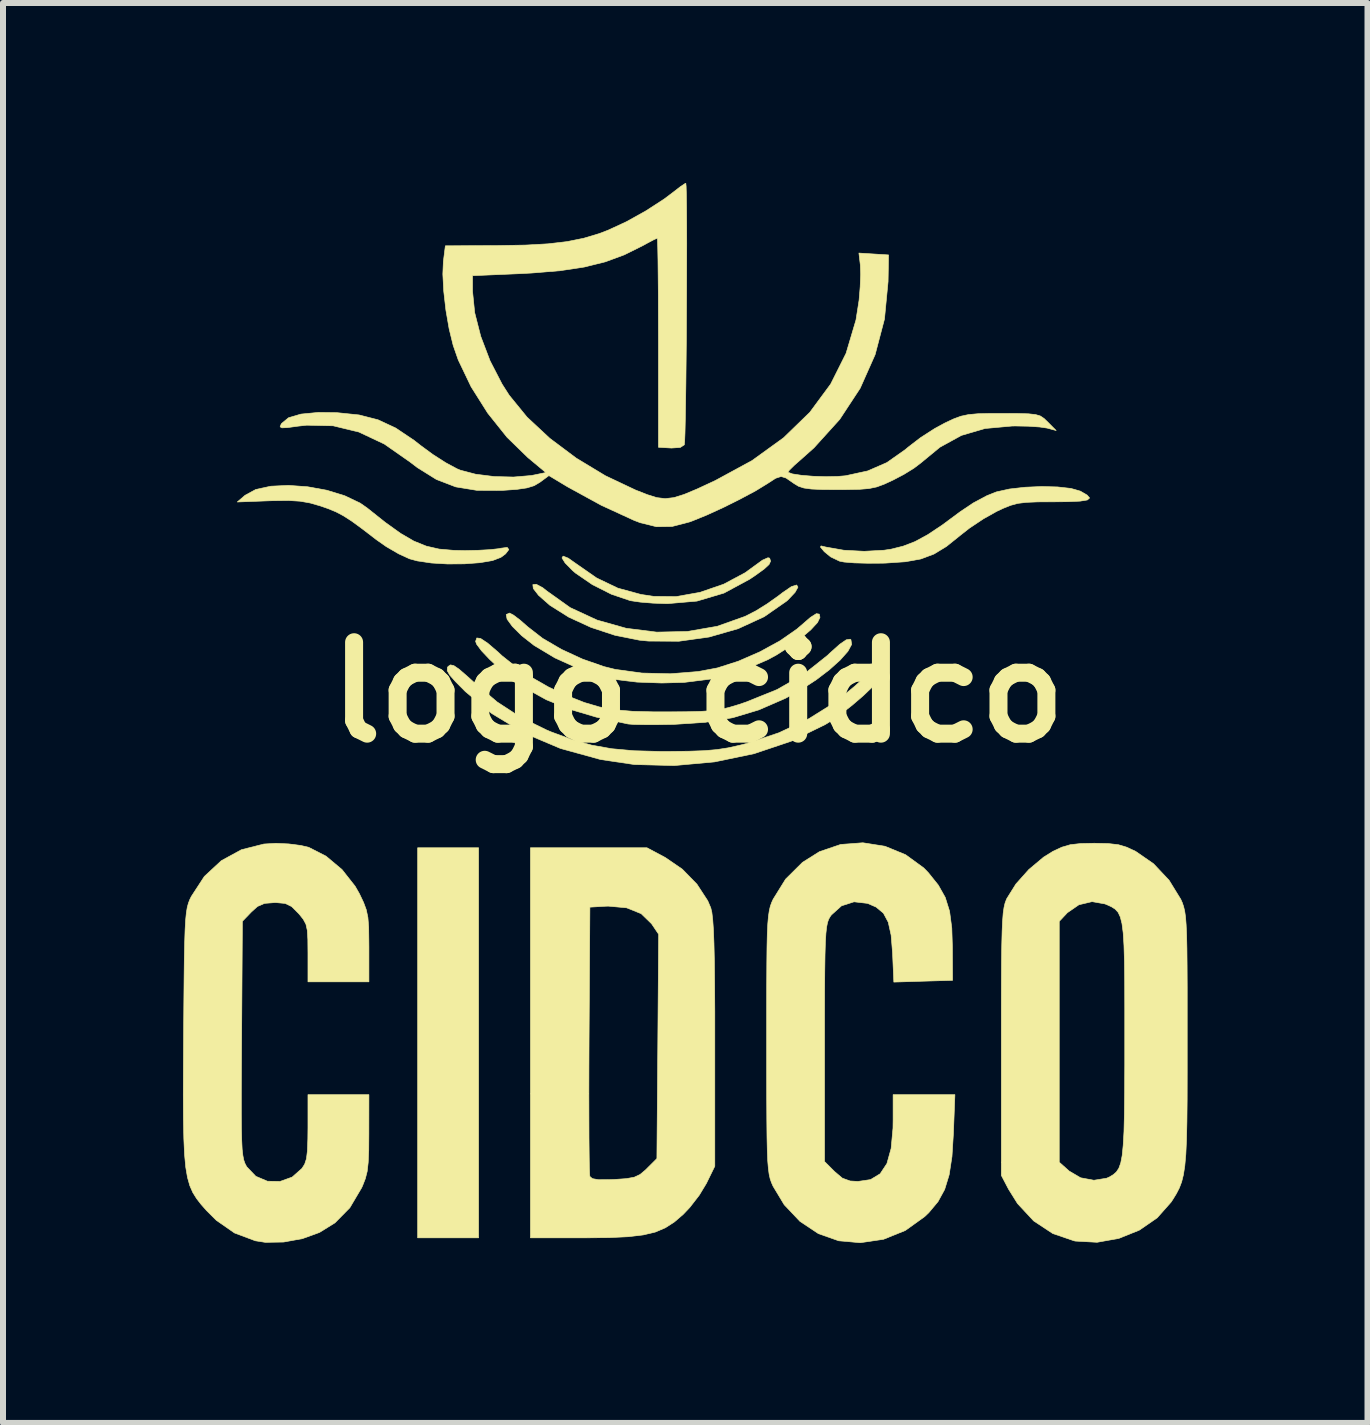
<source format=kicad_pcb>
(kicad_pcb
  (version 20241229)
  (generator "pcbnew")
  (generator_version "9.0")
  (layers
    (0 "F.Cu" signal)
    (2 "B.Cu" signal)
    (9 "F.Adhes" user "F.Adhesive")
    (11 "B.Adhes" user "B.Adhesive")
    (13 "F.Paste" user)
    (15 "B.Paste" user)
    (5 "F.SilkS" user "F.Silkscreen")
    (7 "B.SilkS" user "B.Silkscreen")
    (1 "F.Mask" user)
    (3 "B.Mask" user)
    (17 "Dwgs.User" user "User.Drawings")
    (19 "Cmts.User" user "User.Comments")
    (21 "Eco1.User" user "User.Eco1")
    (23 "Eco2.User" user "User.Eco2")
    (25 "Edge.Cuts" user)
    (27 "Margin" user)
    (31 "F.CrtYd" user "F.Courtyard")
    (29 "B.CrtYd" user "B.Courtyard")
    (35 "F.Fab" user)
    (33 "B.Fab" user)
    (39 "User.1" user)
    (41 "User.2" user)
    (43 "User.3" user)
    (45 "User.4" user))
  (footprint "logo cidco"
    (layer "F.Cu")
    (at 8.585 8.489)
    (property "Reference" "logo cidco" (at 0 0 0) (layer "F.SilkS") (effects (font (size 1.524 1.524) (thickness 0.3))))
    (attr through_hole)
    (fp_poly (pts (xy -3.658 9.093) (xy -4.674 9.093) (xy -4.674 2.591) (xy -3.658 2.591) (xy -3.658 9.093)) (stroke (width 0.01) (type solid)) (fill yes) (layer "F.SilkS"))
    (fp_poly (pts (xy -2.59 -1.744) (xy -2.52 -1.688) (xy -2.131 -1.411) (xy -1.684 -1.204) (xy -1.198 -1.067) (xy -0.69 -1.003) (xy -0.178 -1.014) (xy 0.319 -1.1) (xy 0.783 -1.265) (xy 0.965 -1.358) (xy 1.15 -1.473) (xy 1.343 -1.61) (xy 1.406 -1.659) (xy 1.555 -1.761) (xy 1.643 -1.789) (xy 1.665 -1.753) (xy 1.617 -1.666) (xy 1.495 -1.537) (xy 1.47 -1.516) (xy 1.102 -1.26) (xy 0.667 -1.06) (xy 0.186 -0.922) (xy -0.32 -0.851) (xy -0.829 -0.854) (xy -0.979 -0.869) (xy -1.384 -0.95) (xy -1.784 -1.082) (xy -2.154 -1.252) (xy -2.469 -1.45) (xy -2.658 -1.616) (xy -2.746 -1.73) (xy -2.754 -1.795) (xy -2.698 -1.801) (xy -2.59 -1.744)) (stroke (width 0.01) (type solid)) (fill yes) (layer "F.SilkS"))
    (fp_poly (pts (xy -2.164 -2.236) (xy -2.045 -2.152) (xy -1.69 -1.905) (xy -1.337 -1.736) (xy -0.952 -1.631) (xy -0.741 -1.599) (xy -0.367 -1.595) (xy 0.032 -1.666) (xy 0.427 -1.802) (xy 0.785 -1.993) (xy 0.946 -2.11) (xy 1.074 -2.203) (xy 1.165 -2.243) (xy 1.193 -2.236) (xy 1.209 -2.186) (xy 1.183 -2.13) (xy 1.103 -2.056) (xy 0.955 -1.949) (xy 0.858 -1.884) (xy 0.432 -1.654) (xy -0.019 -1.52) (xy -0.507 -1.478) (xy -0.526 -1.478) (xy -0.751 -1.486) (xy -0.961 -1.503) (xy -1.118 -1.526) (xy -1.133 -1.529) (xy -1.443 -1.634) (xy -1.762 -1.795) (xy -2.042 -1.987) (xy -2.09 -2.028) (xy -2.216 -2.156) (xy -2.268 -2.24) (xy -2.249 -2.27) (xy -2.164 -2.236)) (stroke (width 0.01) (type solid)) (fill yes) (layer "F.SilkS"))
    (fp_poly (pts (xy -3.078 -1.288) (xy -2.966 -1.203) (xy -2.837 -1.09) (xy -2.591 -0.899) (xy -2.276 -0.715) (xy -1.925 -0.553) (xy -1.57 -0.429) (xy -1.381 -0.382) (xy -0.937 -0.321) (xy -0.461 -0.309) (xy 0.002 -0.346) (xy 0.321 -0.406) (xy 0.671 -0.518) (xy 1.031 -0.675) (xy 1.367 -0.859) (xy 1.646 -1.053) (xy 1.721 -1.117) (xy 1.875 -1.25) (xy 1.972 -1.311) (xy 2.021 -1.303) (xy 2.032 -1.249) (xy 1.991 -1.163) (xy 1.879 -1.042) (xy 1.715 -0.902) (xy 1.518 -0.757) (xy 1.306 -0.622) (xy 1.161 -0.543) (xy 0.713 -0.351) (xy 0.259 -0.227) (xy -0.233 -0.165) (xy -0.605 -0.155) (xy -1.018 -0.17) (xy -1.36 -0.211) (xy -1.568 -0.256) (xy -1.985 -0.392) (xy -2.385 -0.573) (xy -2.735 -0.783) (xy -2.939 -0.943) (xy -3.095 -1.098) (xy -3.183 -1.219) (xy -3.198 -1.296) (xy -3.142 -1.321) (xy -3.078 -1.288)) (stroke (width 0.01) (type solid)) (fill yes) (layer "F.SilkS"))
    (fp_poly (pts (xy -6.508 -3.426) (xy -6.188 -3.368) (xy -5.889 -3.276) (xy -5.633 -3.154) (xy -5.518 -3.074) (xy -5.211 -2.83) (xy -4.957 -2.648) (xy -4.737 -2.52) (xy -4.529 -2.436) (xy -4.315 -2.387) (xy -4.075 -2.366) (xy -3.886 -2.362) (xy -3.663 -2.367) (xy -3.464 -2.378) (xy -3.321 -2.394) (xy -3.289 -2.401) (xy -3.181 -2.415) (xy -3.154 -2.379) (xy -3.208 -2.308) (xy -3.287 -2.249) (xy -3.426 -2.196) (xy -3.638 -2.16) (xy -3.896 -2.141) (xy -4.174 -2.139) (xy -4.444 -2.155) (xy -4.68 -2.19) (xy -4.809 -2.225) (xy -4.99 -2.308) (xy -5.198 -2.429) (xy -5.362 -2.544) (xy -5.595 -2.723) (xy -5.771 -2.852) (xy -5.911 -2.942) (xy -6.036 -3.008) (xy -6.168 -3.062) (xy -6.288 -3.104) (xy -6.464 -3.155) (xy -6.632 -3.185) (xy -6.825 -3.197) (xy -7.077 -3.194) (xy -7.147 -3.192) (xy -7.68 -3.172) (xy -7.55 -3.284) (xy -7.371 -3.381) (xy -7.122 -3.435) (xy -6.827 -3.449) (xy -6.508 -3.426)) (stroke (width 0.01) (type solid)) (fill yes) (layer "F.SilkS"))
    (fp_poly (pts (xy 5.992 -3.423) (xy 6.215 -3.398) (xy 6.369 -3.354) (xy 6.372 -3.353) (xy 6.485 -3.287) (xy 6.526 -3.239) (xy 6.489 -3.206) (xy 6.367 -3.186) (xy 6.155 -3.177) (xy 5.931 -3.175) (xy 5.665 -3.174) (xy 5.473 -3.166) (xy 5.33 -3.149) (xy 5.209 -3.116) (xy 5.082 -3.065) (xy 4.978 -3.016) (xy 4.757 -2.892) (xy 4.523 -2.736) (xy 4.369 -2.615) (xy 4.14 -2.431) (xy 3.931 -2.304) (xy 3.712 -2.222) (xy 3.455 -2.176) (xy 3.131 -2.154) (xy 3.073 -2.152) (xy 2.828 -2.151) (xy 2.605 -2.157) (xy 2.434 -2.171) (xy 2.358 -2.186) (xy 2.212 -2.256) (xy 2.104 -2.344) (xy 2.04 -2.421) (xy 2.05 -2.44) (xy 2.134 -2.42) (xy 2.43 -2.368) (xy 2.769 -2.35) (xy 3.099 -2.368) (xy 3.219 -2.386) (xy 3.419 -2.436) (xy 3.614 -2.511) (xy 3.823 -2.624) (xy 4.066 -2.785) (xy 4.363 -3.005) (xy 4.37 -3.01) (xy 4.586 -3.155) (xy 4.814 -3.277) (xy 4.972 -3.34) (xy 5.188 -3.388) (xy 5.45 -3.418) (xy 5.727 -3.43) (xy 5.992 -3.423)) (stroke (width 0.01) (type solid)) (fill yes) (layer "F.SilkS"))
    (fp_poly (pts (xy -4.071 -0.445) (xy -3.983 -0.385) (xy -3.848 -0.268) (xy -3.734 -0.165) (xy -3.35 0.16) (xy -2.96 0.415) (xy -2.525 0.628) (xy -2.449 0.66) (xy -2.105 0.787) (xy -1.778 0.88) (xy -1.442 0.94) (xy -1.069 0.974) (xy -0.631 0.986) (xy -0.483 0.986) (xy -0.152 0.982) (xy 0.105 0.973) (xy 0.313 0.955) (xy 0.5 0.926) (xy 0.693 0.883) (xy 0.823 0.85) (xy 1.349 0.674) (xy 1.847 0.44) (xy 2.293 0.161) (xy 2.599 -0.091) (xy 2.792 -0.262) (xy 2.928 -0.354) (xy 3.011 -0.371) (xy 3.046 -0.312) (xy 3.048 -0.282) (xy 3.009 -0.207) (xy 2.906 -0.089) (xy 2.754 0.056) (xy 2.574 0.211) (xy 2.382 0.361) (xy 2.196 0.49) (xy 2.122 0.536) (xy 1.555 0.814) (xy 0.933 1.023) (xy 0.275 1.16) (xy -0.397 1.221) (xy -1.061 1.204) (xy -1.626 1.12) (xy -2.293 0.936) (xy -2.898 0.68) (xy -3.436 0.355) (xy -3.878 -0.012) (xy -4.041 -0.176) (xy -4.139 -0.287) (xy -4.181 -0.361) (xy -4.178 -0.413) (xy -4.166 -0.431) (xy -4.127 -0.457) (xy -4.071 -0.445)) (stroke (width 0.01) (type solid)) (fill yes) (layer "F.SilkS"))
    (fp_poly (pts (xy -3.624 -0.897) (xy -3.508 -0.82) (xy -3.334 -0.671) (xy -3.269 -0.61) (xy -2.917 -0.33) (xy -2.496 -0.09) (xy -2.475 -0.08) (xy -2.164 0.064) (xy -1.896 0.17) (xy -1.645 0.244) (xy -1.385 0.291) (xy -1.089 0.317) (xy -0.731 0.326) (xy -0.508 0.326) (xy -0.193 0.324) (xy 0.045 0.318) (xy 0.227 0.306) (xy 0.379 0.285) (xy 0.522 0.251) (xy 0.682 0.203) (xy 0.808 0.16) (xy 1.32 -0.047) (xy 1.761 -0.3) (xy 2.156 -0.614) (xy 2.198 -0.654) (xy 2.361 -0.8) (xy 2.47 -0.875) (xy 2.535 -0.885) (xy 2.548 -0.876) (xy 2.56 -0.798) (xy 2.497 -0.682) (xy 2.369 -0.538) (xy 2.19 -0.377) (xy 1.973 -0.211) (xy 1.728 -0.051) (xy 1.47 0.093) (xy 1.448 0.104) (xy 1.013 0.293) (xy 0.58 0.423) (xy 0.116 0.501) (xy -0.406 0.535) (xy -0.662 0.539) (xy -0.89 0.539) (xy -1.067 0.536) (xy -1.168 0.528) (xy -1.168 0.528) (xy -1.695 0.414) (xy -2.14 0.282) (xy -2.527 0.125) (xy -2.874 -0.066) (xy -2.955 -0.118) (xy -3.131 -0.247) (xy -3.311 -0.397) (xy -3.477 -0.552) (xy -3.61 -0.693) (xy -3.691 -0.802) (xy -3.708 -0.849) (xy -3.688 -0.906) (xy -3.624 -0.897)) (stroke (width 0.01) (type solid)) (fill yes) (layer "F.SilkS"))
    (fp_poly (pts (xy -0.546 2.754) (xy -0.263 2.948) (xy -0.019 3.198) (xy 0.161 3.474) (xy 0.212 3.593) (xy 0.23 3.668) (xy 0.244 3.786) (xy 0.256 3.956) (xy 0.265 4.187) (xy 0.272 4.486) (xy 0.276 4.862) (xy 0.279 5.324) (xy 0.279 5.842) (xy 0.279 7.899) (xy 0.139 8.185) (xy 0.02 8.382) (xy -0.138 8.586) (xy -0.248 8.702) (xy -0.396 8.829) (xy -0.545 8.925) (xy -0.711 8.996) (xy -0.912 9.044) (xy -1.163 9.074) (xy -1.481 9.089) (xy -1.883 9.093) (xy -1.914 9.093) (xy -2.794 9.093) (xy -2.794 6.693) (xy -1.82 6.693) (xy -1.819 7.087) (xy -1.818 7.43) (xy -1.815 7.71) (xy -1.812 7.917) (xy -1.807 8.04) (xy -1.803 8.07) (xy -1.761 8.106) (xy -1.659 8.124) (xy -1.48 8.123) (xy -1.396 8.12) (xy -1.195 8.106) (xy -1.063 8.082) (xy -0.967 8.037) (xy -0.876 7.961) (xy -0.851 7.936) (xy -0.686 7.771) (xy -0.671 5.902) (xy -0.657 4.033) (xy -0.775 3.858) (xy -0.948 3.69) (xy -1.191 3.592) (xy -1.498 3.564) (xy -1.548 3.566) (xy -1.803 3.581) (xy -1.817 5.791) (xy -1.819 6.257) (xy -1.82 6.693) (xy -2.794 6.693) (xy -2.794 2.591) (xy -0.852 2.591) (xy -0.546 2.754)) (stroke (width 0.01) (type solid)) (fill yes) (layer "F.SilkS"))
    (fp_poly (pts (xy 3.115 2.566) (xy 3.459 2.707) (xy 3.76 2.926) (xy 3.837 3.005) (xy 4.004 3.213) (xy 4.12 3.419) (xy 4.192 3.649) (xy 4.229 3.929) (xy 4.239 4.242) (xy 4.242 4.801) (xy 3.753 4.815) (xy 3.263 4.83) (xy 3.242 4.346) (xy 3.218 4.048) (xy 3.17 3.832) (xy 3.09 3.682) (xy 2.968 3.58) (xy 2.825 3.518) (xy 2.6 3.492) (xy 2.391 3.559) (xy 2.222 3.711) (xy 2.201 3.74) (xy 2.177 3.782) (xy 2.158 3.836) (xy 2.143 3.912) (xy 2.131 4.019) (xy 2.122 4.169) (xy 2.116 4.371) (xy 2.112 4.634) (xy 2.109 4.97) (xy 2.108 5.389) (xy 2.108 5.851) (xy 2.108 7.821) (xy 2.274 7.987) (xy 2.405 8.098) (xy 2.534 8.145) (xy 2.664 8.153) (xy 2.875 8.122) (xy 3.035 8.025) (xy 3.148 7.854) (xy 3.218 7.603) (xy 3.249 7.265) (xy 3.251 7.125) (xy 3.251 6.706) (xy 4.281 6.706) (xy 4.256 7.353) (xy 4.232 7.738) (xy 4.185 8.043) (xy 4.11 8.287) (xy 3.999 8.49) (xy 3.846 8.673) (xy 3.777 8.739) (xy 3.455 8.97) (xy 3.091 9.117) (xy 2.704 9.174) (xy 2.344 9.142) (xy 2.006 9.023) (xy 1.698 8.818) (xy 1.436 8.541) (xy 1.25 8.232) (xy 1.224 8.173) (xy 1.202 8.11) (xy 1.185 8.035) (xy 1.172 7.938) (xy 1.161 7.808) (xy 1.154 7.635) (xy 1.149 7.409) (xy 1.146 7.121) (xy 1.144 6.76) (xy 1.143 6.316) (xy 1.143 5.842) (xy 1.143 5.316) (xy 1.144 4.882) (xy 1.146 4.53) (xy 1.149 4.249) (xy 1.154 4.029) (xy 1.162 3.862) (xy 1.173 3.735) (xy 1.187 3.641) (xy 1.204 3.567) (xy 1.226 3.505) (xy 1.252 3.448) (xy 1.459 3.114) (xy 1.741 2.834) (xy 2.024 2.656) (xy 2.377 2.536) (xy 2.747 2.508) (xy 3.115 2.566)) (stroke (width 0.01) (type solid)) (fill yes) (layer "F.SilkS"))
    (fp_poly (pts (xy -6.822 2.527) (xy -6.62 2.553) (xy -6.489 2.584) (xy -6.201 2.731) (xy -5.934 2.955) (xy -5.716 3.232) (xy -5.644 3.358) (xy -5.575 3.503) (xy -5.53 3.625) (xy -5.503 3.753) (xy -5.49 3.915) (xy -5.487 4.14) (xy -5.486 4.25) (xy -5.486 4.826) (xy -6.502 4.826) (xy -6.502 4.345) (xy -6.504 4.119) (xy -6.513 3.968) (xy -6.536 3.865) (xy -6.58 3.783) (xy -6.649 3.697) (xy -6.66 3.685) (xy -6.774 3.571) (xy -6.882 3.519) (xy -7.036 3.505) (xy -7.057 3.505) (xy -7.225 3.518) (xy -7.343 3.569) (xy -7.445 3.661) (xy -7.595 3.817) (xy -7.608 5.782) (xy -7.611 6.282) (xy -7.613 6.69) (xy -7.613 7.017) (xy -7.611 7.274) (xy -7.606 7.47) (xy -7.599 7.615) (xy -7.587 7.72) (xy -7.572 7.796) (xy -7.553 7.851) (xy -7.529 7.897) (xy -7.522 7.909) (xy -7.371 8.067) (xy -7.178 8.149) (xy -6.968 8.153) (xy -6.765 8.08) (xy -6.602 7.936) (xy -6.557 7.865) (xy -6.527 7.774) (xy -6.511 7.641) (xy -6.504 7.444) (xy -6.502 7.258) (xy -6.502 6.706) (xy -5.486 6.706) (xy -5.487 7.353) (xy -5.489 7.633) (xy -5.498 7.836) (xy -5.515 7.986) (xy -5.546 8.107) (xy -5.592 8.225) (xy -5.607 8.258) (xy -5.804 8.591) (xy -6.052 8.843) (xy -6.31 9.003) (xy -6.594 9.106) (xy -6.909 9.163) (xy -7.213 9.168) (xy -7.379 9.142) (xy -7.726 9.012) (xy -8.029 8.801) (xy -8.189 8.642) (xy -8.282 8.537) (xy -8.358 8.439) (xy -8.421 8.338) (xy -8.471 8.224) (xy -8.51 8.086) (xy -8.539 7.916) (xy -8.559 7.702) (xy -8.571 7.436) (xy -8.578 7.106) (xy -8.58 6.703) (xy -8.578 6.217) (xy -8.575 5.736) (xy -8.571 5.218) (xy -8.567 4.791) (xy -8.563 4.446) (xy -8.557 4.172) (xy -8.55 3.959) (xy -8.541 3.797) (xy -8.529 3.676) (xy -8.514 3.585) (xy -8.495 3.515) (xy -8.472 3.455) (xy -8.447 3.404) (xy -8.229 3.069) (xy -7.947 2.807) (xy -7.612 2.624) (xy -7.238 2.529) (xy -7.036 2.517) (xy -6.822 2.527)) (stroke (width 0.01) (type solid)) (fill yes) (layer "F.SilkS"))
    (fp_poly (pts (xy 6.837 2.521) (xy 7.005 2.54) (xy 7.145 2.582) (xy 7.293 2.651) (xy 7.591 2.857) (xy 7.851 3.133) (xy 8.044 3.447) (xy 8.045 3.448) (xy 8.072 3.509) (xy 8.093 3.572) (xy 8.111 3.647) (xy 8.125 3.744) (xy 8.135 3.874) (xy 8.143 4.046) (xy 8.148 4.272) (xy 8.151 4.56) (xy 8.153 4.921) (xy 8.153 5.365) (xy 8.153 5.791) (xy 8.153 6.335) (xy 8.152 6.787) (xy 8.148 7.159) (xy 8.141 7.459) (xy 8.13 7.699) (xy 8.113 7.89) (xy 8.09 8.04) (xy 8.06 8.161) (xy 8.021 8.263) (xy 7.973 8.356) (xy 7.915 8.451) (xy 7.884 8.498) (xy 7.653 8.759) (xy 7.356 8.964) (xy 7.014 9.102) (xy 6.651 9.167) (xy 6.289 9.147) (xy 6.266 9.142) (xy 5.912 9.021) (xy 5.594 8.811) (xy 5.325 8.522) (xy 5.174 8.28) (xy 5.055 8.052) (xy 5.055 5.842) (xy 5.055 5.306) (xy 5.056 4.861) (xy 5.058 4.499) (xy 5.062 4.209) (xy 5.068 3.982) (xy 5.075 3.818) (xy 6.02 3.818) (xy 6.02 7.832) (xy 6.186 7.98) (xy 6.377 8.092) (xy 6.598 8.133) (xy 6.81 8.099) (xy 6.861 8.076) (xy 6.922 8.039) (xy 6.972 7.995) (xy 7.013 7.934) (xy 7.045 7.845) (xy 7.069 7.721) (xy 7.086 7.55) (xy 7.099 7.324) (xy 7.106 7.032) (xy 7.11 6.666) (xy 7.112 6.216) (xy 7.112 5.78) (xy 7.112 5.261) (xy 7.111 4.835) (xy 7.107 4.491) (xy 7.099 4.22) (xy 7.086 4.011) (xy 7.066 3.856) (xy 7.038 3.745) (xy 7.001 3.667) (xy 6.952 3.614) (xy 6.891 3.575) (xy 6.816 3.541) (xy 6.782 3.527) (xy 6.567 3.489) (xy 6.348 3.541) (xy 6.155 3.674) (xy 6.143 3.687) (xy 6.02 3.818) (xy 5.075 3.818) (xy 5.076 3.809) (xy 5.086 3.679) (xy 5.1 3.584) (xy 5.117 3.512) (xy 5.138 3.456) (xy 5.146 3.438) (xy 5.298 3.195) (xy 5.513 2.954) (xy 5.76 2.747) (xy 5.916 2.65) (xy 6.065 2.581) (xy 6.205 2.54) (xy 6.374 2.521) (xy 6.604 2.516) (xy 6.837 2.521)) (stroke (width 0.01) (type solid)) (fill yes) (layer "F.SilkS"))
    (fp_poly (pts (xy -0.199 -8.435) (xy -0.195 -8.297) (xy -0.192 -8.083) (xy -0.19 -7.806) (xy -0.189 -7.478) (xy -0.19 -7.111) (xy -0.191 -6.719) (xy -0.193 -6.313) (xy -0.195 -5.908) (xy -0.199 -5.514) (xy -0.203 -5.146) (xy -0.208 -4.816) (xy -0.213 -4.536) (xy -0.218 -4.319) (xy -0.224 -4.177) (xy -0.229 -4.125) (xy -0.297 -4.081) (xy -0.447 -4.071) (xy -0.456 -4.072) (xy -0.66 -4.084) (xy -0.66 -5.827) (xy -0.661 -6.236) (xy -0.662 -6.611) (xy -0.665 -6.94) (xy -0.668 -7.212) (xy -0.672 -7.415) (xy -0.676 -7.537) (xy -0.679 -7.569) (xy -0.731 -7.547) (xy -0.841 -7.489) (xy -0.923 -7.444) (xy -1.229 -7.292) (xy -1.546 -7.175) (xy -1.897 -7.088) (xy -2.3 -7.027) (xy -2.776 -6.988) (xy -2.985 -6.977) (xy -3.759 -6.944) (xy -3.759 -6.683) (xy -3.723 -6.327) (xy -3.622 -5.932) (xy -3.467 -5.525) (xy -3.266 -5.136) (xy -3.148 -4.951) (xy -2.851 -4.587) (xy -2.471 -4.233) (xy -2.029 -3.902) (xy -1.544 -3.609) (xy -1.041 -3.371) (xy -0.845 -3.294) (xy -0.688 -3.245) (xy -0.548 -3.228) (xy -0.404 -3.245) (xy -0.233 -3.298) (xy -0.015 -3.389) (xy 0.273 -3.523) (xy 0.286 -3.529) (xy 0.899 -3.862) (xy 1.425 -4.242) (xy 1.863 -4.667) (xy 2.21 -5.137) (xy 2.467 -5.65) (xy 2.632 -6.205) (xy 2.684 -6.537) (xy 2.702 -6.757) (xy 2.71 -6.965) (xy 2.705 -7.119) (xy 2.704 -7.128) (xy 2.681 -7.321) (xy 3.175 -7.29) (xy 3.167 -6.845) (xy 3.107 -6.221) (xy 2.951 -5.628) (xy 2.702 -5.068) (xy 2.361 -4.549) (xy 1.932 -4.075) (xy 1.727 -3.892) (xy 1.603 -3.783) (xy 1.52 -3.701) (xy 1.497 -3.668) (xy 1.573 -3.64) (xy 1.723 -3.617) (xy 1.917 -3.601) (xy 2.127 -3.594) (xy 2.325 -3.598) (xy 2.457 -3.609) (xy 2.828 -3.69) (xy 3.147 -3.829) (xy 3.451 -4.043) (xy 3.505 -4.088) (xy 3.708 -4.244) (xy 3.944 -4.396) (xy 4.115 -4.489) (xy 4.26 -4.557) (xy 4.382 -4.602) (xy 4.508 -4.629) (xy 4.663 -4.643) (xy 4.876 -4.648) (xy 5.066 -4.648) (xy 5.327 -4.647) (xy 5.507 -4.642) (xy 5.626 -4.629) (xy 5.706 -4.605) (xy 5.767 -4.564) (xy 5.828 -4.505) (xy 5.969 -4.363) (xy 5.817 -4.404) (xy 5.694 -4.422) (xy 5.506 -4.435) (xy 5.288 -4.439) (xy 5.232 -4.438) (xy 4.783 -4.397) (xy 4.39 -4.282) (xy 4.031 -4.085) (xy 3.708 -3.819) (xy 3.597 -3.735) (xy 3.43 -3.632) (xy 3.251 -3.538) (xy 3.102 -3.469) (xy 2.977 -3.423) (xy 2.848 -3.396) (xy 2.688 -3.383) (xy 2.467 -3.379) (xy 2.328 -3.378) (xy 2.068 -3.38) (xy 1.888 -3.388) (xy 1.764 -3.405) (xy 1.675 -3.434) (xy 1.599 -3.48) (xy 1.581 -3.493) (xy 1.466 -3.572) (xy 1.384 -3.597) (xy 1.294 -3.568) (xy 1.161 -3.482) (xy 1.155 -3.478) (xy 0.964 -3.361) (xy 0.71 -3.225) (xy 0.428 -3.084) (xy 0.151 -2.957) (xy -0.089 -2.859) (xy -0.144 -2.839) (xy -0.433 -2.764) (xy -0.693 -2.76) (xy -0.965 -2.827) (xy -1.067 -2.866) (xy -1.615 -3.118) (xy -2.168 -3.421) (xy -2.195 -3.437) (xy -2.486 -3.612) (xy -2.636 -3.501) (xy -2.732 -3.444) (xy -2.852 -3.407) (xy -3.023 -3.382) (xy -3.267 -3.365) (xy -3.685 -3.366) (xy -4.04 -3.424) (xy -4.362 -3.548) (xy -4.678 -3.745) (xy -4.801 -3.839) (xy -5.229 -4.138) (xy -5.653 -4.338) (xy -6.082 -4.442) (xy -6.522 -4.452) (xy -6.667 -4.436) (xy -6.842 -4.412) (xy -6.936 -4.408) (xy -6.966 -4.425) (xy -6.95 -4.467) (xy -6.941 -4.481) (xy -6.826 -4.576) (xy -6.619 -4.637) (xy -6.329 -4.665) (xy -6.02 -4.661) (xy -5.65 -4.623) (xy -5.334 -4.542) (xy -5.04 -4.405) (xy -4.734 -4.2) (xy -4.623 -4.113) (xy -4.419 -3.963) (xy -4.205 -3.826) (xy -4.017 -3.725) (xy -3.962 -3.702) (xy -3.707 -3.635) (xy -3.397 -3.596) (xy -3.074 -3.588) (xy -2.782 -3.613) (xy -2.729 -3.623) (xy -2.537 -3.663) (xy -2.838 -3.914) (xy -3.184 -4.251) (xy -3.506 -4.654) (xy -3.783 -5.093) (xy -3.997 -5.54) (xy -4.082 -5.784) (xy -4.149 -6.058) (xy -4.203 -6.37) (xy -4.239 -6.686) (xy -4.254 -6.971) (xy -4.245 -7.18) (xy -4.212 -7.442) (xy -3.338 -7.446) (xy -2.879 -7.454) (xy -2.501 -7.475) (xy -2.183 -7.512) (xy -1.906 -7.568) (xy -1.649 -7.645) (xy -1.5 -7.702) (xy -1.193 -7.844) (xy -0.865 -8.027) (xy -0.563 -8.223) (xy -0.408 -8.34) (xy -0.296 -8.427) (xy -0.219 -8.478) (xy -0.204 -8.484) (xy -0.199 -8.435)) (stroke (width 0.01) (type solid)) (fill yes) (layer "F.SilkS")))
  (gr_rect
    (start -3 -3)
    (end 19.743 20.667)
    (stroke (width 0.1) (type default))
    (fill no)
    (layer "Edge.Cuts")))
</source>
